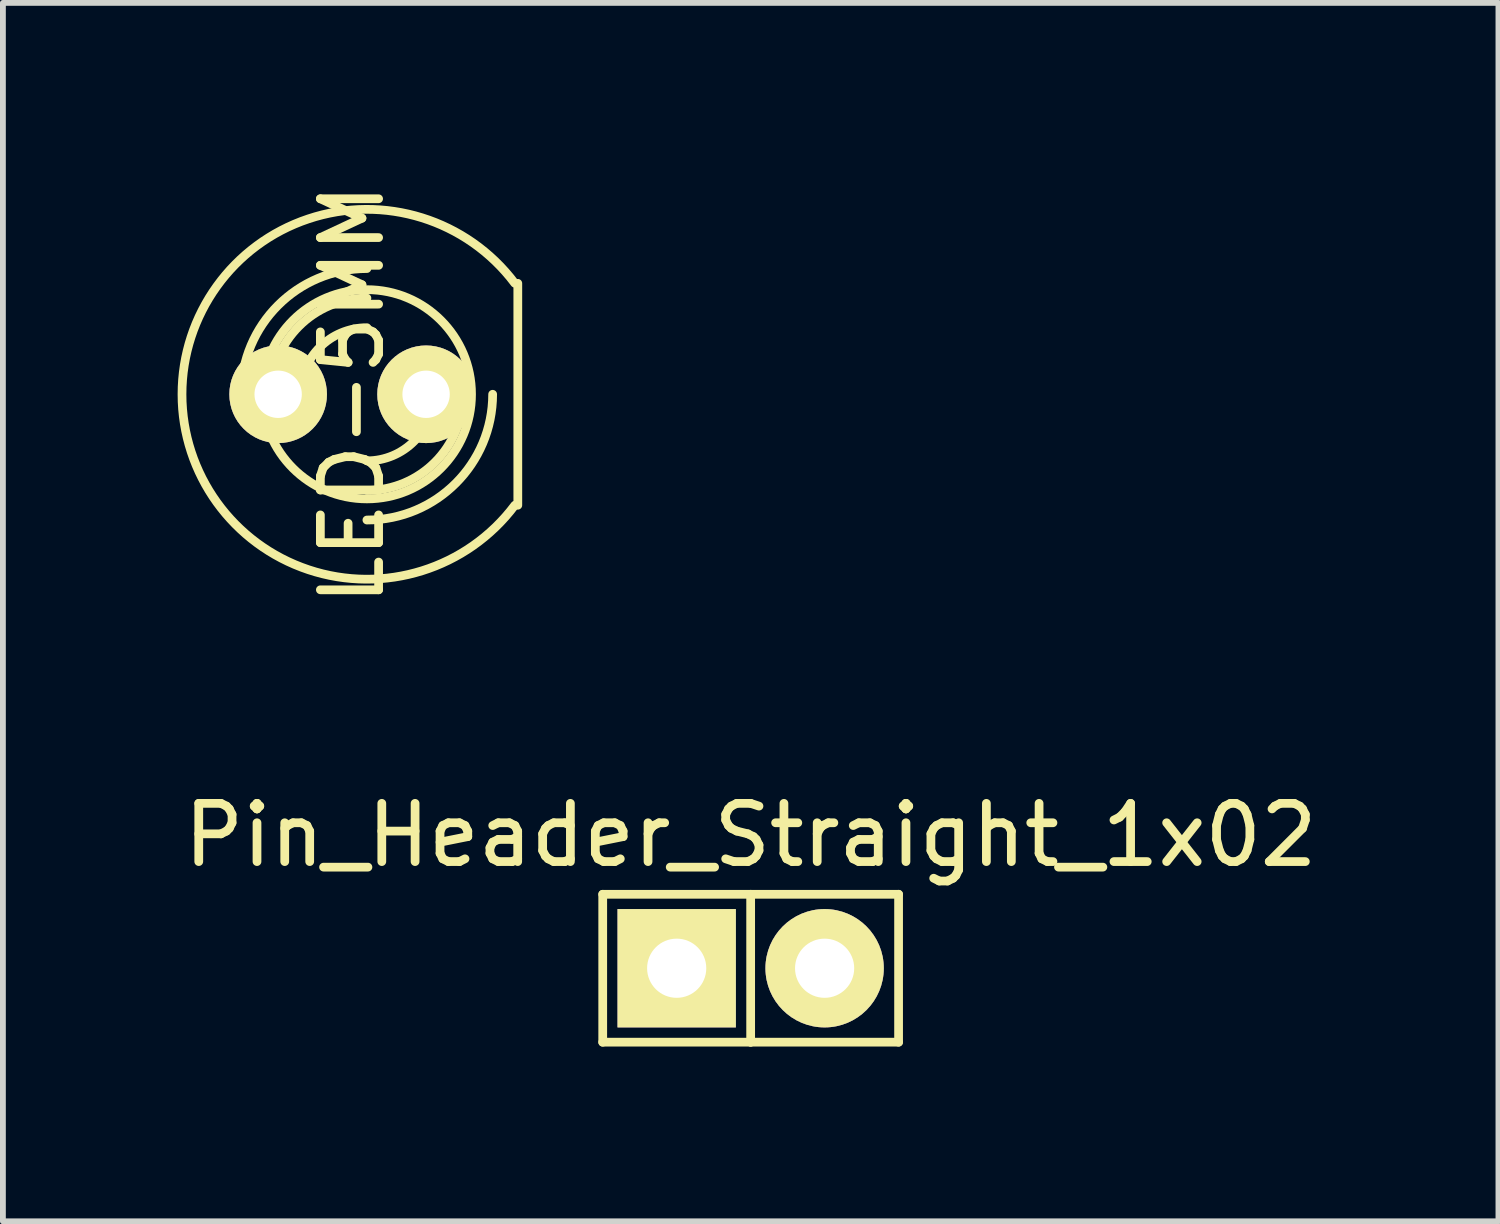
<source format=kicad_pcb>
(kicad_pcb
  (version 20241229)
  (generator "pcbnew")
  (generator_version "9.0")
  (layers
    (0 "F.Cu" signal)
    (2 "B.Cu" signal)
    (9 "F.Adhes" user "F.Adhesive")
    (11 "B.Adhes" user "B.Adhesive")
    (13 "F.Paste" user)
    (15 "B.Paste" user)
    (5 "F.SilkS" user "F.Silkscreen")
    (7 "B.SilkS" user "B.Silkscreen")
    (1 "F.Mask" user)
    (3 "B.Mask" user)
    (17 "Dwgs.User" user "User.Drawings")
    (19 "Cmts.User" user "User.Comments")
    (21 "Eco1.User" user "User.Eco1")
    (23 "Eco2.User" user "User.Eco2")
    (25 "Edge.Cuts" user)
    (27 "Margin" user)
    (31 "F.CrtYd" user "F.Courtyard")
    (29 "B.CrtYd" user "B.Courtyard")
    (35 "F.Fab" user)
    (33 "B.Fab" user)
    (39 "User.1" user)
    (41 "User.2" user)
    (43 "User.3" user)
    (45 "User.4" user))
  (footprint "Pin_Header_Straight_1x02"
    (layer "F.Cu")
    (at 9.839 13.575)
    (property "Reference" "Pin_Header_Straight_1x02" (at 0 -2.286 0) (layer "F.SilkS") (effects (font (size 1 1) (thickness 0.15))))
    (attr through_hole)
    (fp_line (start -2.54 -1.27) (end -2.54 1.27) (stroke (width 0.15) (type solid)) (layer "F.SilkS"))
    (fp_line (start -2.54 1.27) (end 0 1.27) (stroke (width 0.15) (type solid)) (layer "F.SilkS"))
    (fp_line (start 0 -1.27) (end 0 1.27) (stroke (width 0.15) (type solid)) (layer "F.SilkS"))
    (fp_line (start 0 1.27) (end 2.54 1.27) (stroke (width 0.15) (type solid)) (layer "F.SilkS"))
    (fp_line (start 2.54 -1.27) (end -2.54 -1.27) (stroke (width 0.15) (type solid)) (layer "F.SilkS"))
    (fp_line (start 2.54 1.27) (end 2.54 -1.27) (stroke (width 0.15) (type solid)) (layer "F.SilkS"))
    (pad "1" thru_hole rect (at -1.27 0) (size 2.032 2.032) (drill 1.016) (layers "*.Cu" "*.Mask" "F.SilkS"))
    (pad "2" thru_hole oval (at 1.27 0) (size 2.032 2.032) (drill 1.016) (layers "*.Cu" "*.Mask" "F.SilkS")))
  (footprint "LED-5MM"
    (layer "F.Cu")
    (at 2.996 3.72)
    (property "Reference" "LED-5MM" (at 0 0 90) (layer "F.SilkS") (effects (font (size 1 1) (thickness 0.15))))
    (attr through_hole)
    (fp_line (start 2.845 1.905) (end 2.845 -1.905) (stroke (width 0.15) (type solid)) (layer "F.SilkS"))
    (fp_arc (start -1.905 0) (mid -1.272644 -1.526644) (end 0.254 -2.159) (stroke (width 0.15) (type solid)) (layer "F.SilkS"))
    (fp_arc (start -1.397 0) (mid -0.913433 -1.167433) (end 0.254 -1.651) (stroke (width 0.15) (type solid)) (layer "F.SilkS"))
    (fp_arc (start -0.889 0) (mid -0.554223 -0.808223) (end 0.254 -1.143) (stroke (width 0.15) (type solid)) (layer "F.SilkS"))
    (fp_arc (start 1.397 0) (mid 1.062223 0.808223) (end 0.254 1.143) (stroke (width 0.15) (type solid)) (layer "F.SilkS"))
    (fp_arc (start 1.905 0) (mid 1.421433 1.167433) (end 0.254 1.651) (stroke (width 0.15) (type solid)) (layer "F.SilkS"))
    (fp_arc (start 2.413 0) (mid 1.780644 1.526644) (end 0.254 2.159) (stroke (width 0.15) (type solid)) (layer "F.SilkS"))
    (fp_arc (start 2.794 1.905) (mid -2.921 0.001668) (end 2.791997 -1.907668) (stroke (width 0.15) (type solid)) (layer "F.SilkS"))
    (fp_circle (center 0.254 0) (end -1.016 1.27) (stroke (width 0.15) (type solid)) (fill no) (layer "F.SilkS"))
    (pad "1" thru_hole circle (at -1.27 0) (size 1.676 1.676) (drill 0.813) (layers "*.Cu" "*.Mask" "F.SilkS"))
    (pad "2" thru_hole circle (at 1.27 0) (size 1.676 1.676) (drill 0.813) (layers "*.Cu" "*.Mask" "F.SilkS")))
  (gr_rect
    (start -3 -3)
    (end 22.679 17.92)
    (stroke (width 0.1) (type default))
    (fill no)
    (layer "Edge.Cuts")))
</source>
